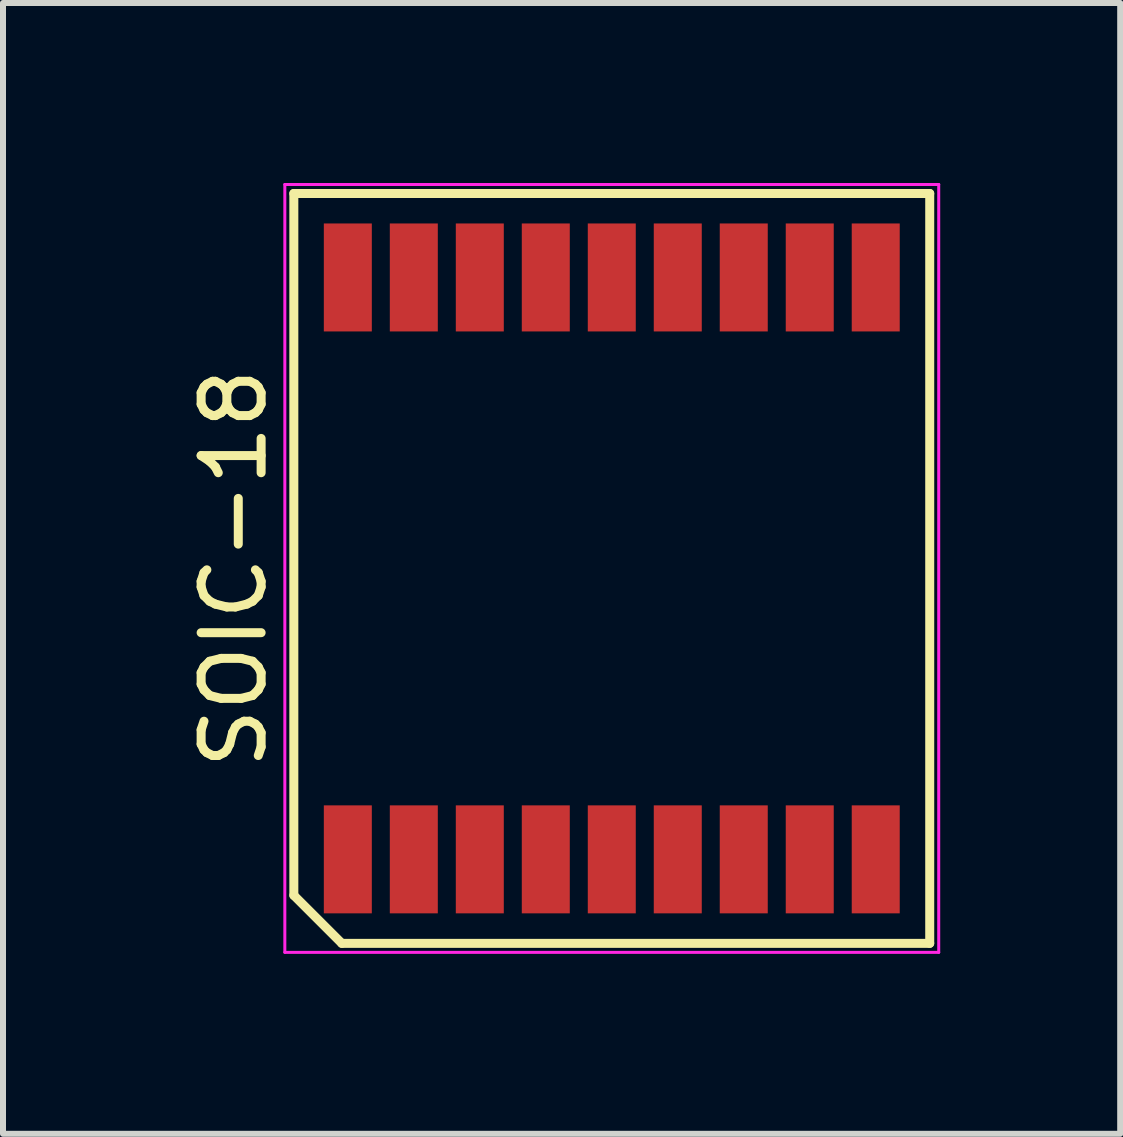
<source format=kicad_pcb>
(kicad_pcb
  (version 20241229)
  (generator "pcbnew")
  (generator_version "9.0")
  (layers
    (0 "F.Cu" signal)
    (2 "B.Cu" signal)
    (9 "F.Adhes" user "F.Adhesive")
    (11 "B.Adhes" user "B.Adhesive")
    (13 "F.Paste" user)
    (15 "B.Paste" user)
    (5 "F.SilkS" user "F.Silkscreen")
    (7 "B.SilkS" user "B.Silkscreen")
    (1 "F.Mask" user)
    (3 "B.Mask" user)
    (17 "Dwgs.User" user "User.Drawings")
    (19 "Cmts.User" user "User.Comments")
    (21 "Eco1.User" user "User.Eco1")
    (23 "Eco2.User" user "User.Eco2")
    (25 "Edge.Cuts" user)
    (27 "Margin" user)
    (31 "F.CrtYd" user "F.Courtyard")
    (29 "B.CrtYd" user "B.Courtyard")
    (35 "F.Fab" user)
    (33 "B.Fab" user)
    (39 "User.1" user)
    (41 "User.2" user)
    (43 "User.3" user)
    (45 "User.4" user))
  (footprint "SOIC-18"
    (layer "F.Cu")
    (at 7.148 6.425)
    (property "Reference" "SOIC-18" (at -6.3 0 90) (layer "F.SilkS") (effects (font (size 1 1) (thickness 0.15))))
    (attr smd)
    (fp_line (start -5.3 -6.25) (end 5.3 -6.25) (stroke (width 0.15) (type solid)) (layer "F.SilkS"))
    (fp_line (start -5.3 5.45) (end -5.3 -6.25) (stroke (width 0.15) (type solid)) (layer "F.SilkS"))
    (fp_line (start -4.5 6.25) (end -5.3 5.45) (stroke (width 0.15) (type solid)) (layer "F.SilkS"))
    (fp_line (start 5.3 -6.25) (end 5.3 6.25) (stroke (width 0.15) (type solid)) (layer "F.SilkS"))
    (fp_line (start 5.3 6.25) (end -4.5 6.25) (stroke (width 0.15) (type solid)) (layer "F.SilkS"))
    (fp_line (start -5.45 -6.4) (end 5.45 -6.4) (stroke (width 0.05) (type solid)) (layer "F.CrtYd"))
    (fp_line (start -5.45 6.4) (end -5.45 -6.4) (stroke (width 0.05) (type solid)) (layer "F.CrtYd"))
    (fp_line (start 5.45 -6.4) (end 5.45 6.4) (stroke (width 0.05) (type solid)) (layer "F.CrtYd"))
    (fp_line (start 5.45 6.4) (end -5.45 6.4) (stroke (width 0.05) (type solid)) (layer "F.CrtYd"))
    (pad "1" smd rect (at -4.4 4.85) (size 0.8 1.8) (layers "F.Cu" "F.Mask" "F.Paste"))
    (pad "2" smd rect (at -3.3 4.85) (size 0.8 1.8) (layers "F.Cu" "F.Mask" "F.Paste"))
    (pad "3" smd rect (at -2.2 4.85) (size 0.8 1.8) (layers "F.Cu" "F.Mask" "F.Paste"))
    (pad "4" smd rect (at -1.1 4.85) (size 0.8 1.8) (layers "F.Cu" "F.Mask" "F.Paste"))
    (pad "5" smd rect (at 0 4.85) (size 0.8 1.8) (layers "F.Cu" "F.Mask" "F.Paste"))
    (pad "6" smd rect (at 1.1 4.85) (size 0.8 1.8) (layers "F.Cu" "F.Mask" "F.Paste"))
    (pad "7" smd rect (at 2.2 4.85) (size 0.8 1.8) (layers "F.Cu" "F.Mask" "F.Paste"))
    (pad "8" smd rect (at 3.3 4.85) (size 0.8 1.8) (layers "F.Cu" "F.Mask" "F.Paste"))
    (pad "9" smd rect (at 4.4 4.85) (size 0.8 1.8) (layers "F.Cu" "F.Mask" "F.Paste"))
    (pad "10" smd rect (at 4.4 -4.85) (size 0.8 1.8) (layers "F.Cu" "F.Mask" "F.Paste"))
    (pad "11" smd rect (at 3.3 -4.85) (size 0.8 1.8) (layers "F.Cu" "F.Mask" "F.Paste"))
    (pad "12" smd rect (at 2.2 -4.85) (size 0.8 1.8) (layers "F.Cu" "F.Mask" "F.Paste"))
    (pad "13" smd rect (at 1.1 -4.85) (size 0.8 1.8) (layers "F.Cu" "F.Mask" "F.Paste"))
    (pad "14" smd rect (at 0 -4.85) (size 0.8 1.8) (layers "F.Cu" "F.Mask" "F.Paste"))
    (pad "15" smd rect (at -1.1 -4.85) (size 0.8 1.8) (layers "F.Cu" "F.Mask" "F.Paste"))
    (pad "16" smd rect (at -2.2 -4.85) (size 0.8 1.8) (layers "F.Cu" "F.Mask" "F.Paste"))
    (pad "17" smd rect (at -3.3 -4.85) (size 0.8 1.8) (layers "F.Cu" "F.Mask" "F.Paste"))
    (pad "18" smd rect (at -4.4 -4.85) (size 0.8 1.8) (layers "F.Cu" "F.Mask" "F.Paste")))
  (gr_rect
    (start -3 -3)
    (end 15.623 15.85)
    (stroke (width 0.1) (type default))
    (fill no)
    (layer "Edge.Cuts")))
</source>
